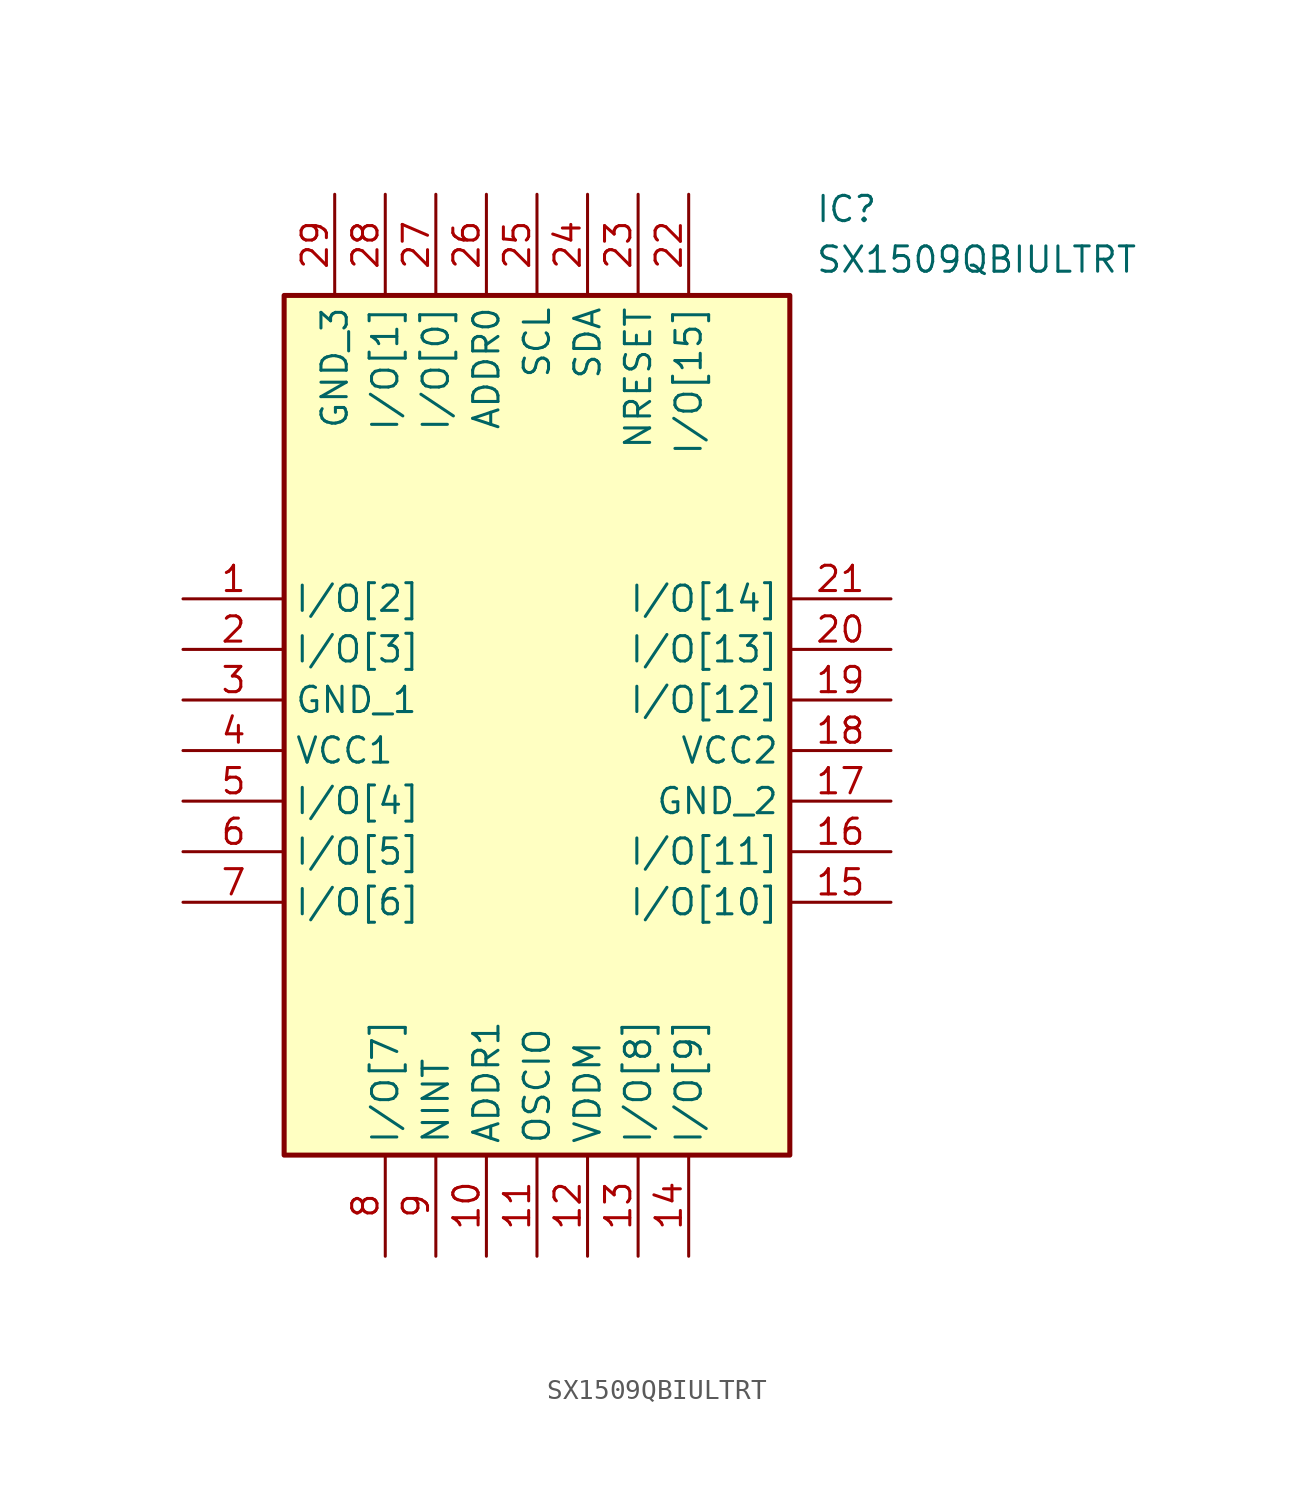
<source format=kicad_sym>
(kicad_symbol_lib
  (version 20231120)
  (generator "kicad_symbol_editor")
  (generator_version "8.0")
  (symbol "SX1509QBIULTRT"
    (property "Reference" "IC"
      (at 31.75 20.32 0)
      (effects (font (size 1.27 1.27)) (justify left top)))
    (property "Value" "SX1509QBIULTRT"
      (at 31.75 17.78 0)
      (effects (font (size 1.27 1.27)) (justify left top)))
    (symbol "SX1509QBIULTRT_1_1"
      (rectangle (start 5.08 15.24) (end 30.48 -27.94) (stroke (width 0.254) (type default)) (fill (type background)))
      (pin passive line (at 0 0 0) (length 5.08) (name "I/O[2]" (effects (font (size 1.27 1.27)))) (number "1" (effects (font (size 1.27 1.27)))))
      (pin passive line (at 15.24 -33.02 90) (length 5.08) (name "ADDR1" (effects (font (size 1.27 1.27)))) (number "10" (effects (font (size 1.27 1.27)))))
      (pin passive line (at 17.78 -33.02 90) (length 5.08) (name "OSCIO" (effects (font (size 1.27 1.27)))) (number "11" (effects (font (size 1.27 1.27)))))
      (pin passive line (at 20.32 -33.02 90) (length 5.08) (name "VDDM" (effects (font (size 1.27 1.27)))) (number "12" (effects (font (size 1.27 1.27)))))
      (pin passive line (at 22.86 -33.02 90) (length 5.08) (name "I/O[8]" (effects (font (size 1.27 1.27)))) (number "13" (effects (font (size 1.27 1.27)))))
      (pin passive line (at 25.4 -33.02 90) (length 5.08) (name "I/O[9]" (effects (font (size 1.27 1.27)))) (number "14" (effects (font (size 1.27 1.27)))))
      (pin passive line (at 35.56 -15.24 180) (length 5.08) (name "I/O[10]" (effects (font (size 1.27 1.27)))) (number "15" (effects (font (size 1.27 1.27)))))
      (pin passive line (at 35.56 -12.7 180) (length 5.08) (name "I/O[11]" (effects (font (size 1.27 1.27)))) (number "16" (effects (font (size 1.27 1.27)))))
      (pin passive line (at 35.56 -10.16 180) (length 5.08) (name "GND_2" (effects (font (size 1.27 1.27)))) (number "17" (effects (font (size 1.27 1.27)))))
      (pin passive line (at 35.56 -7.62 180) (length 5.08) (name "VCC2" (effects (font (size 1.27 1.27)))) (number "18" (effects (font (size 1.27 1.27)))))
      (pin passive line (at 35.56 -5.08 180) (length 5.08) (name "I/O[12]" (effects (font (size 1.27 1.27)))) (number "19" (effects (font (size 1.27 1.27)))))
      (pin passive line (at 0 -2.54 0) (length 5.08) (name "I/O[3]" (effects (font (size 1.27 1.27)))) (number "2" (effects (font (size 1.27 1.27)))))
      (pin passive line (at 35.56 -2.54 180) (length 5.08) (name "I/O[13]" (effects (font (size 1.27 1.27)))) (number "20" (effects (font (size 1.27 1.27)))))
      (pin passive line (at 35.56 0 180) (length 5.08) (name "I/O[14]" (effects (font (size 1.27 1.27)))) (number "21" (effects (font (size 1.27 1.27)))))
      (pin passive line (at 25.4 20.32 270) (length 5.08) (name "I/O[15]" (effects (font (size 1.27 1.27)))) (number "22" (effects (font (size 1.27 1.27)))))
      (pin passive line (at 22.86 20.32 270) (length 5.08) (name "NRESET" (effects (font (size 1.27 1.27)))) (number "23" (effects (font (size 1.27 1.27)))))
      (pin passive line (at 20.32 20.32 270) (length 5.08) (name "SDA" (effects (font (size 1.27 1.27)))) (number "24" (effects (font (size 1.27 1.27)))))
      (pin passive line (at 17.78 20.32 270) (length 5.08) (name "SCL" (effects (font (size 1.27 1.27)))) (number "25" (effects (font (size 1.27 1.27)))))
      (pin passive line (at 15.24 20.32 270) (length 5.08) (name "ADDR0" (effects (font (size 1.27 1.27)))) (number "26" (effects (font (size 1.27 1.27)))))
      (pin passive line (at 12.7 20.32 270) (length 5.08) (name "I/O[0]" (effects (font (size 1.27 1.27)))) (number "27" (effects (font (size 1.27 1.27)))))
      (pin passive line (at 10.16 20.32 270) (length 5.08) (name "I/O[1]" (effects (font (size 1.27 1.27)))) (number "28" (effects (font (size 1.27 1.27)))))
      (pin passive line (at 7.62 20.32 270) (length 5.08) (name "GND_3" (effects (font (size 1.27 1.27)))) (number "29" (effects (font (size 1.27 1.27)))))
      (pin passive line (at 0 -5.08 0) (length 5.08) (name "GND_1" (effects (font (size 1.27 1.27)))) (number "3" (effects (font (size 1.27 1.27)))))
      (pin passive line (at 0 -7.62 0) (length 5.08) (name "VCC1" (effects (font (size 1.27 1.27)))) (number "4" (effects (font (size 1.27 1.27)))))
      (pin passive line (at 0 -10.16 0) (length 5.08) (name "I/O[4]" (effects (font (size 1.27 1.27)))) (number "5" (effects (font (size 1.27 1.27)))))
      (pin passive line (at 0 -12.7 0) (length 5.08) (name "I/O[5]" (effects (font (size 1.27 1.27)))) (number "6" (effects (font (size 1.27 1.27)))))
      (pin passive line (at 0 -15.24 0) (length 5.08) (name "I/O[6]" (effects (font (size 1.27 1.27)))) (number "7" (effects (font (size 1.27 1.27)))))
      (pin passive line (at 10.16 -33.02 90) (length 5.08) (name "I/O[7]" (effects (font (size 1.27 1.27)))) (number "8" (effects (font (size 1.27 1.27)))))
      (pin passive line (at 12.7 -33.02 90) (length 5.08) (name "NINT" (effects (font (size 1.27 1.27)))) (number "9" (effects (font (size 1.27 1.27))))))))
</source>
